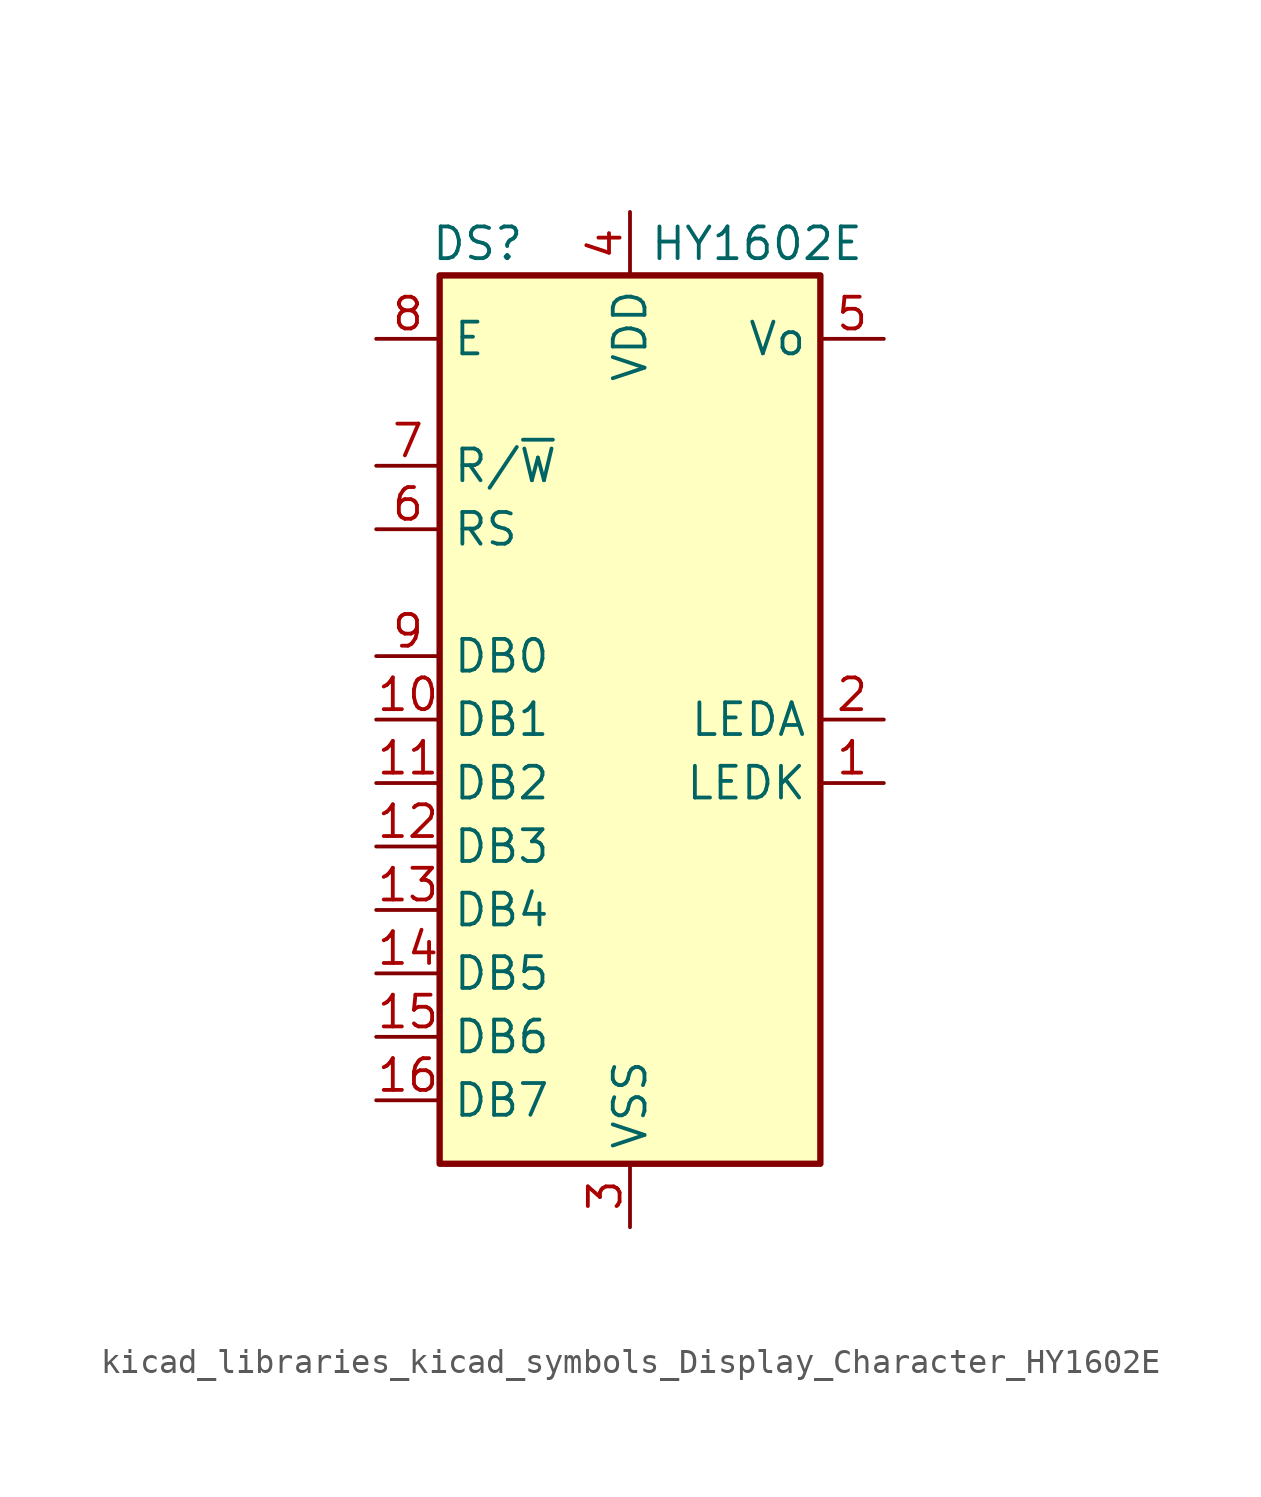
<source format=kicad_sym>
(kicad_symbol_lib
  (version 20220914)
  (generator kicad_symbol_editor)
  (symbol "kicad_libraries_kicad_symbols_Display_Character_HY1602E"
    (property "Reference" "DS"
      (at -6.096 19.05 0)
      (effects (font (size 1.27 1.27))))
    (property "Value" "HY1602E"
      (at 5.08 19.05 0)
      (effects (font (size 1.27 1.27))))
    (symbol "kicad_libraries_kicad_symbols_Display_Character_HY1602E_0_1"
      (rectangle (start -7.62 17.78) (end 7.62 -17.78) (stroke (width 0.254) (type default)) (fill (type background))))
    (symbol "kicad_libraries_kicad_symbols_Display_Character_HY1602E_1_1"
      (pin passive line (at 10.16 -2.54 180) (length 2.54) (name "LEDK" (effects (font (size 1.27 1.27)))) (number "1" (effects (font (size 1.27 1.27)))))
      (pin bidirectional line (at -10.16 0 0) (length 2.54) (name "DB1" (effects (font (size 1.27 1.27)))) (number "10" (effects (font (size 1.27 1.27)))))
      (pin bidirectional line (at -10.16 -2.54 0) (length 2.54) (name "DB2" (effects (font (size 1.27 1.27)))) (number "11" (effects (font (size 1.27 1.27)))))
      (pin bidirectional line (at -10.16 -5.08 0) (length 2.54) (name "DB3" (effects (font (size 1.27 1.27)))) (number "12" (effects (font (size 1.27 1.27)))))
      (pin bidirectional line (at -10.16 -7.62 0) (length 2.54) (name "DB4" (effects (font (size 1.27 1.27)))) (number "13" (effects (font (size 1.27 1.27)))))
      (pin bidirectional line (at -10.16 -10.16 0) (length 2.54) (name "DB5" (effects (font (size 1.27 1.27)))) (number "14" (effects (font (size 1.27 1.27)))))
      (pin bidirectional line (at -10.16 -12.7 0) (length 2.54) (name "DB6" (effects (font (size 1.27 1.27)))) (number "15" (effects (font (size 1.27 1.27)))))
      (pin bidirectional line (at -10.16 -15.24 0) (length 2.54) (name "DB7" (effects (font (size 1.27 1.27)))) (number "16" (effects (font (size 1.27 1.27)))))
      (pin passive line (at 10.16 0 180) (length 2.54) (name "LEDA" (effects (font (size 1.27 1.27)))) (number "2" (effects (font (size 1.27 1.27)))))
      (pin power_in line (at 0 -20.32 90) (length 2.54) (name "VSS" (effects (font (size 1.27 1.27)))) (number "3" (effects (font (size 1.27 1.27)))))
      (pin power_in line (at 0 20.32 270) (length 2.54) (name "VDD" (effects (font (size 1.27 1.27)))) (number "4" (effects (font (size 1.27 1.27)))))
      (pin input line (at 10.16 15.24 180) (length 2.54) (name "Vo" (effects (font (size 1.27 1.27)))) (number "5" (effects (font (size 1.27 1.27)))))
      (pin input line (at -10.16 7.62 0) (length 2.54) (name "RS" (effects (font (size 1.27 1.27)))) (number "6" (effects (font (size 1.27 1.27)))))
      (pin input line (at -10.16 10.16 0) (length 2.54) (name "R/~{W}" (effects (font (size 1.27 1.27)))) (number "7" (effects (font (size 1.27 1.27)))))
      (pin input line (at -10.16 15.24 0) (length 2.54) (name "E" (effects (font (size 1.27 1.27)))) (number "8" (effects (font (size 1.27 1.27)))))
      (pin bidirectional line (at -10.16 2.54 0) (length 2.54) (name "DB0" (effects (font (size 1.27 1.27)))) (number "9" (effects (font (size 1.27 1.27))))))))
</source>
